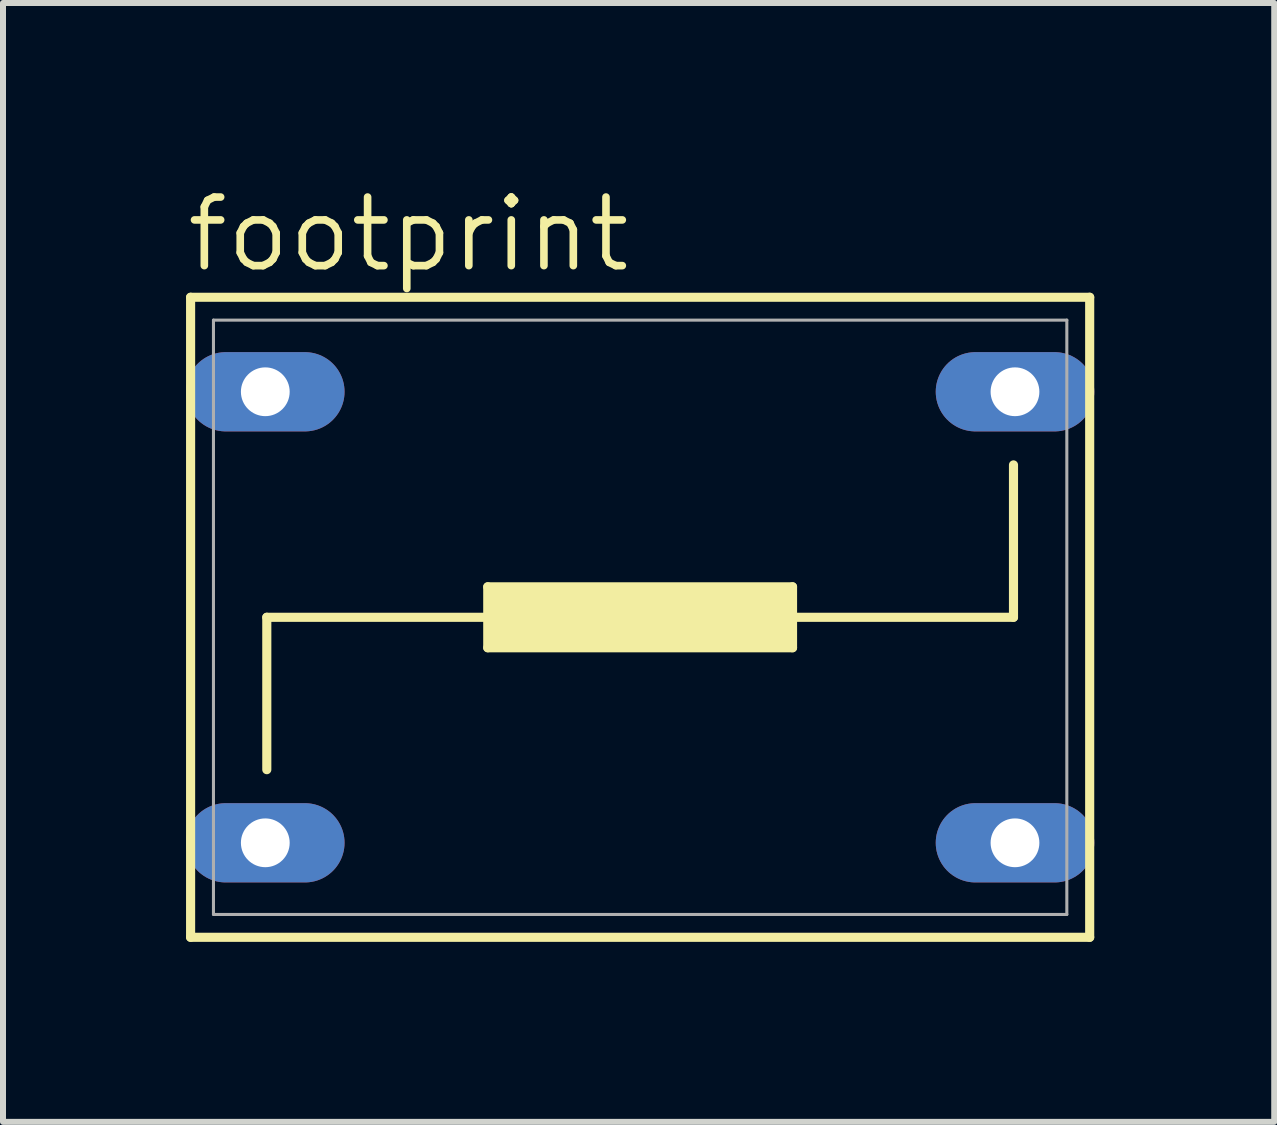
<source format=kicad_pcb>
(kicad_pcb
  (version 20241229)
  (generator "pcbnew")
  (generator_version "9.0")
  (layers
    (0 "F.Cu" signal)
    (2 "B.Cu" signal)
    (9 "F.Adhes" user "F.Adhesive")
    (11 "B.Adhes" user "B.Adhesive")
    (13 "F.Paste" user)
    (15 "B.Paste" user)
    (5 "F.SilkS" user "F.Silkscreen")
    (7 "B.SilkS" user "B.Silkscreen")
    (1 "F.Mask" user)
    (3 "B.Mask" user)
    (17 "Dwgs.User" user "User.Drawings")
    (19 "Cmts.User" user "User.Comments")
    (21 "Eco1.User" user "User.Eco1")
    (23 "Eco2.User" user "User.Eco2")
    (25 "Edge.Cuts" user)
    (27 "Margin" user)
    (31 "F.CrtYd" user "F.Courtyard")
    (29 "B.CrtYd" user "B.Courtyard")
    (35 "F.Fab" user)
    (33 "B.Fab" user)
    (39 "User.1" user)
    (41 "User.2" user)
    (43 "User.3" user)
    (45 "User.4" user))
  (footprint "footprint"
    (layer "F.Cu")
    (at 7.62 7.239)
    (property "Reference" "footprint" (at -7.62 -5.715 0) (layer "F.SilkS") (effects (font (size 1.143 1.143) (thickness 0.127)) (justify left bottom)))
    (fp_line (start -7.493 -5.334) (end -7.493 5.334) (stroke (width 0.152) (type solid)) (layer "F.SilkS"))
    (fp_line (start -7.493 -5.334) (end 7.493 -5.334) (stroke (width 0.152) (type solid)) (layer "F.SilkS"))
    (fp_line (start -6.223 2.54) (end -6.223 0) (stroke (width 0.152) (type solid)) (layer "F.SilkS"))
    (fp_line (start -2.54 -0.508) (end -2.54 0) (stroke (width 0.152) (type solid)) (layer "F.SilkS"))
    (fp_line (start -2.54 -0.508) (end 2.54 -0.508) (stroke (width 0.152) (type solid)) (layer "F.SilkS"))
    (fp_line (start -2.54 0) (end -6.223 0) (stroke (width 0.152) (type solid)) (layer "F.SilkS"))
    (fp_line (start -2.54 0) (end -2.54 0.508) (stroke (width 0.152) (type solid)) (layer "F.SilkS"))
    (fp_line (start 2.54 0) (end 2.54 -0.508) (stroke (width 0.152) (type solid)) (layer "F.SilkS"))
    (fp_line (start 2.54 0) (end 6.223 0) (stroke (width 0.152) (type solid)) (layer "F.SilkS"))
    (fp_line (start 2.54 0.508) (end -2.54 0.508) (stroke (width 0.152) (type solid)) (layer "F.SilkS"))
    (fp_line (start 2.54 0.508) (end 2.54 0) (stroke (width 0.152) (type solid)) (layer "F.SilkS"))
    (fp_line (start 6.223 -2.54) (end 6.223 0) (stroke (width 0.152) (type solid)) (layer "F.SilkS"))
    (fp_line (start 7.493 5.334) (end -7.493 5.334) (stroke (width 0.152) (type solid)) (layer "F.SilkS"))
    (fp_line (start 7.493 5.334) (end 7.493 -5.334) (stroke (width 0.152) (type solid)) (layer "F.SilkS"))
    (fp_poly (pts (xy -2.54 0.508) (xy 2.54 0.508) (xy 2.54 -0.508) (xy -2.54 -0.508)) (stroke (width 0) (type solid)) (fill yes) (layer "F.SilkS"))
    (fp_line (start -7.112 -4.953) (end -7.112 4.953) (stroke (width 0.051) (type solid)) (layer "F.Fab"))
    (fp_line (start -7.112 -4.953) (end 7.112 -4.953) (stroke (width 0.051) (type solid)) (layer "F.Fab"))
    (fp_line (start 7.112 4.953) (end -7.112 4.953) (stroke (width 0.051) (type solid)) (layer "F.Fab"))
    (fp_line (start 7.112 4.953) (end 7.112 -4.953) (stroke (width 0.051) (type solid)) (layer "F.Fab"))
    (pad "1" thru_hole oval (at 6.248 3.759) (size 2.642 1.321) (drill 0.813) (layers "*.Cu" "*.Mask"))
    (pad "2" thru_hole oval (at 6.248 -3.759) (size 2.642 1.321) (drill 0.813) (layers "*.Cu" "*.Mask"))
    (pad "3" thru_hole oval (at -6.248 -3.759) (size 2.642 1.321) (drill 0.813) (layers "*.Cu" "*.Mask"))
    (pad "4" thru_hole oval (at -6.248 3.759) (size 2.642 1.321) (drill 0.813) (layers "*.Cu" "*.Mask")))
  (gr_rect
    (start -3 -3)
    (end 18.189 15.649)
    (stroke (width 0.1) (type default))
    (fill no)
    (layer "Edge.Cuts")))
</source>
